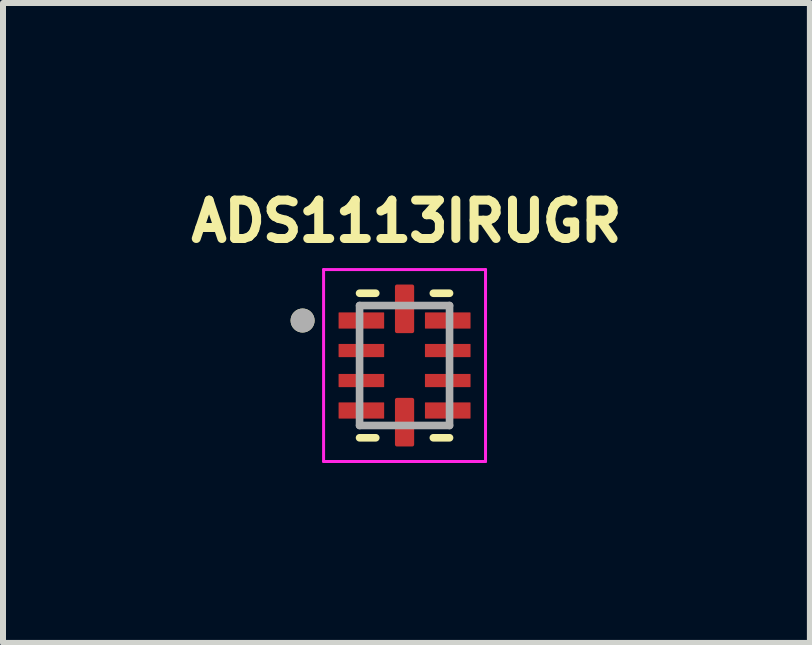
<source format=kicad_pcb>
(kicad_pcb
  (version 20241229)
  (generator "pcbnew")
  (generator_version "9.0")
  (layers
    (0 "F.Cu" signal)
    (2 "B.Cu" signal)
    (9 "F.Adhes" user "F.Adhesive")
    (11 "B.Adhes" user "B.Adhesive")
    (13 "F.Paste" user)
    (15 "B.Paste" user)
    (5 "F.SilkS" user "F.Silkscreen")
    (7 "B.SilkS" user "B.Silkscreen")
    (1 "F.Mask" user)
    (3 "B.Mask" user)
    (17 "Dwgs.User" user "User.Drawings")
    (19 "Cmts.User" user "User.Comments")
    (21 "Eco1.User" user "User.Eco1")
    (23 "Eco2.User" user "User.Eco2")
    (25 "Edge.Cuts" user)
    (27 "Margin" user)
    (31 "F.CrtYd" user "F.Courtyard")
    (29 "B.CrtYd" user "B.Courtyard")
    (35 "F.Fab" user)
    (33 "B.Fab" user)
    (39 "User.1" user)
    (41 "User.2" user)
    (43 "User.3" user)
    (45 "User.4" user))
  (footprint "ADS1113IRUGR"
    (layer "F.Cu")
    (at 3.695 3.044)
    (property "Reference" "ADS1113IRUGR" (at 0.032 -2.406 0) (layer "F.SilkS") (effects (font (size 0.64 0.64) (thickness 0.15))))
    (attr smd)
    (fp_line (start -0.75 -1.205) (end -0.48 -1.205) (stroke (width 0.127) (type solid)) (layer "F.SilkS"))
    (fp_line (start -0.75 1.205) (end -0.48 1.205) (stroke (width 0.127) (type solid)) (layer "F.SilkS"))
    (fp_line (start 0.75 -1.205) (end 0.48 -1.205) (stroke (width 0.127) (type solid)) (layer "F.SilkS"))
    (fp_line (start 0.75 1.205) (end 0.48 1.205) (stroke (width 0.127) (type solid)) (layer "F.SilkS"))
    (fp_circle (center -1.7 -0.75) (end -1.6 -0.75) (stroke (width 0.2) (type solid)) (fill no) (layer "F.SilkS"))
    (fp_line (start -1.35 -1.6) (end 1.35 -1.6) (stroke (width 0.05) (type solid)) (layer "F.CrtYd"))
    (fp_line (start -1.35 1.6) (end -1.35 -1.6) (stroke (width 0.05) (type solid)) (layer "F.CrtYd"))
    (fp_line (start -1.35 1.6) (end 1.35 1.6) (stroke (width 0.05) (type solid)) (layer "F.CrtYd"))
    (fp_line (start 1.35 1.6) (end 1.35 -1.6) (stroke (width 0.05) (type solid)) (layer "F.CrtYd"))
    (fp_line (start -0.75 1) (end -0.75 -1) (stroke (width 0.127) (type solid)) (layer "F.Fab"))
    (fp_line (start 0.75 -1) (end -0.75 -1) (stroke (width 0.127) (type solid)) (layer "F.Fab"))
    (fp_line (start 0.75 1) (end -0.75 1) (stroke (width 0.127) (type solid)) (layer "F.Fab"))
    (fp_line (start 0.75 1) (end 0.75 -1) (stroke (width 0.127) (type solid)) (layer "F.Fab"))
    (fp_circle (center -1.7 -0.75) (end -1.6 -0.75) (stroke (width 0.2) (type solid)) (fill no) (layer "F.Fab"))
    (pad "1" smd roundrect (at -0.72 -0.75) (size 0.76 0.27) (layers "F.Cu" "F.Mask" "F.Paste") (roundrect_rratio 0.03))
    (pad "2" smd roundrect (at -0.72 -0.25) (size 0.76 0.22) (layers "F.Cu" "F.Mask" "F.Paste") (roundrect_rratio 0.03))
    (pad "3" smd roundrect (at -0.72 0.25) (size 0.76 0.22) (layers "F.Cu" "F.Mask" "F.Paste") (roundrect_rratio 0.03))
    (pad "4" smd roundrect (at -0.72 0.75) (size 0.76 0.27) (layers "F.Cu" "F.Mask" "F.Paste") (roundrect_rratio 0.03))
    (pad "5" smd roundrect (at 0 0.945) (size 0.32 0.81) (layers "F.Cu" "F.Mask" "F.Paste") (roundrect_rratio 0.1))
    (pad "6" smd roundrect (at 0.72 0.75) (size 0.76 0.27) (layers "F.Cu" "F.Mask" "F.Paste") (roundrect_rratio 0.03))
    (pad "7" smd roundrect (at 0.72 0.25) (size 0.76 0.22) (layers "F.Cu" "F.Mask" "F.Paste") (roundrect_rratio 0.03))
    (pad "8" smd roundrect (at 0.72 -0.25) (size 0.76 0.22) (layers "F.Cu" "F.Mask" "F.Paste") (roundrect_rratio 0.03))
    (pad "9" smd roundrect (at 0.72 -0.75) (size 0.76 0.27) (layers "F.Cu" "F.Mask" "F.Paste") (roundrect_rratio 0.03))
    (pad "10" smd roundrect (at 0 -0.945) (size 0.32 0.81) (layers "F.Cu" "F.Mask" "F.Paste") (roundrect_rratio 0.1)))
  (gr_rect
    (start -3 -3)
    (end 10.453 7.669)
    (stroke (width 0.1) (type default))
    (fill no)
    (layer "Edge.Cuts")))
</source>
